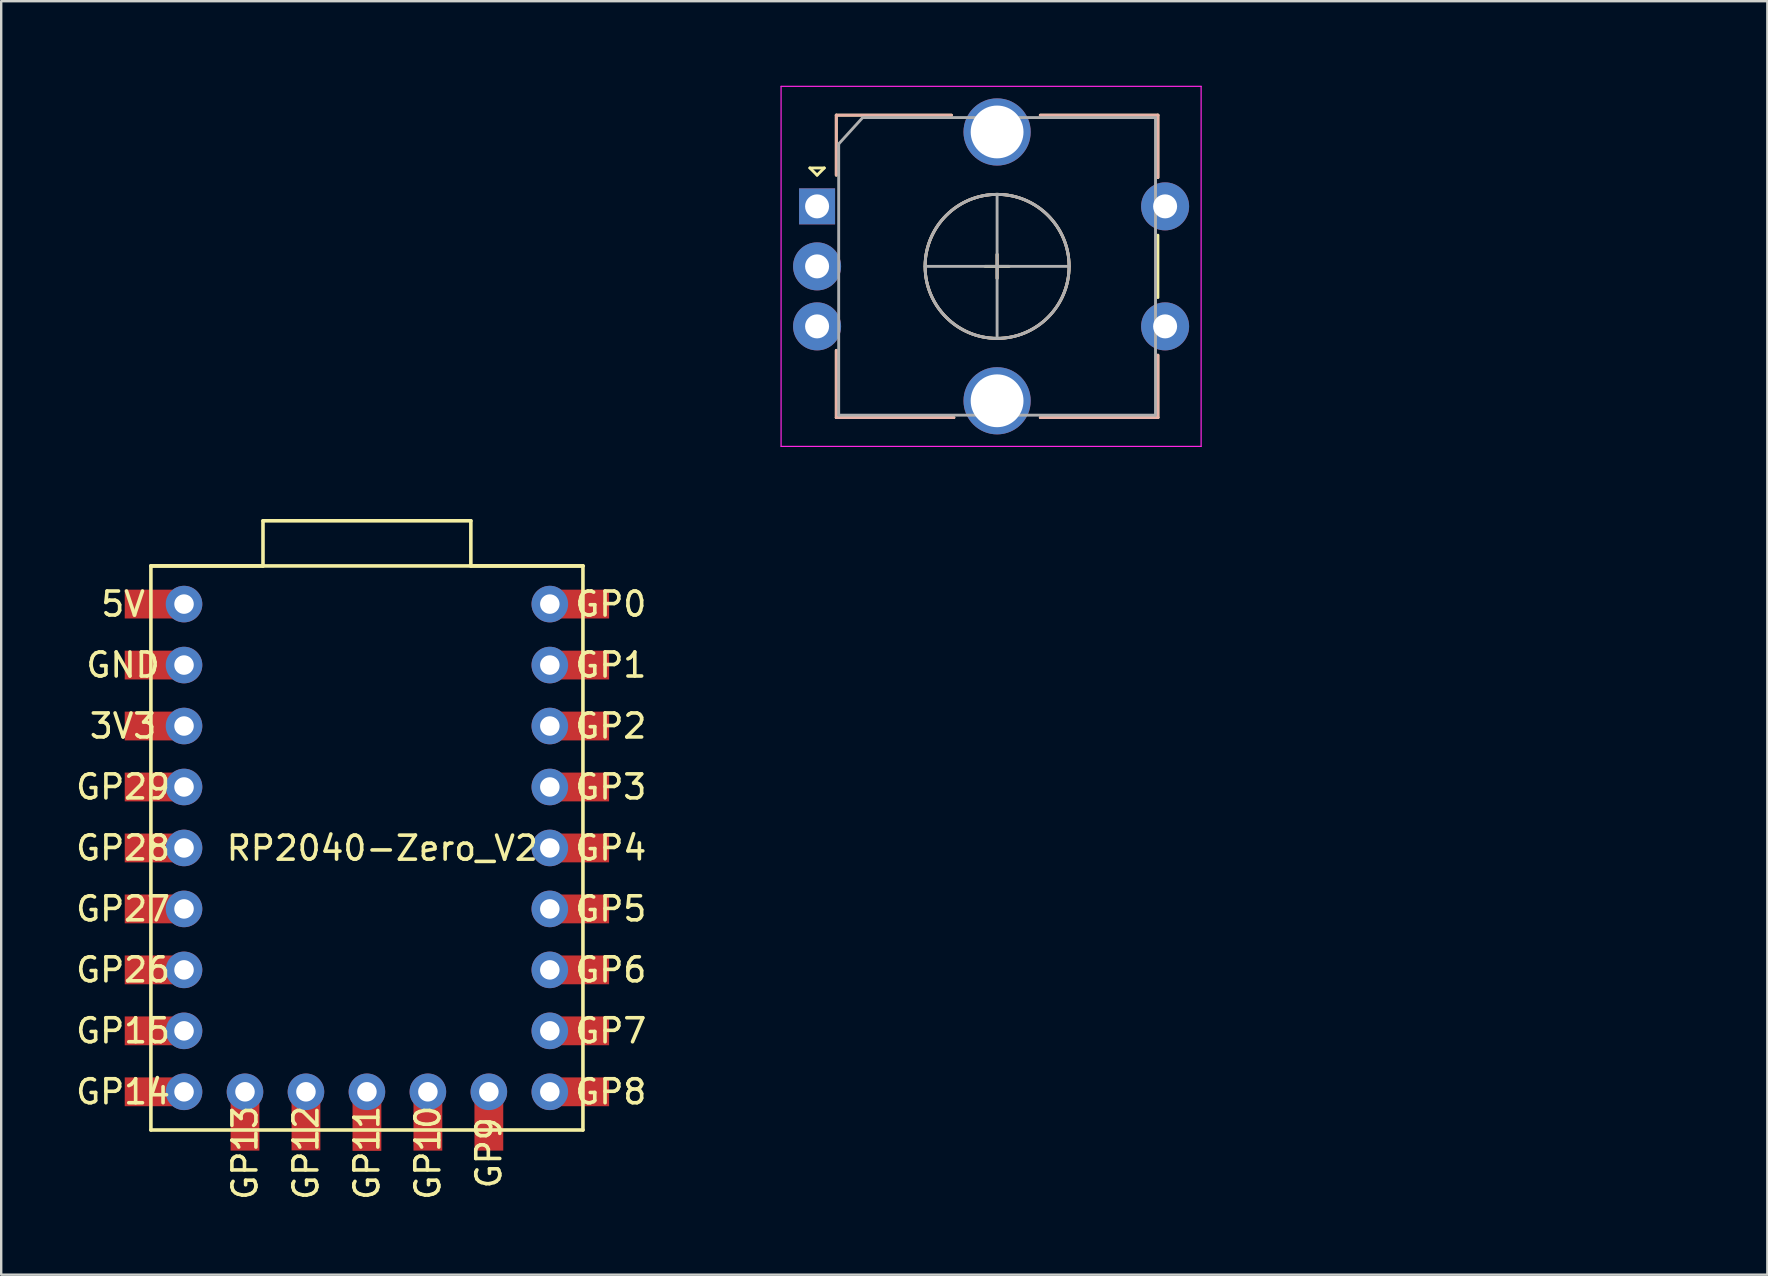
<source format=kicad_pcb>
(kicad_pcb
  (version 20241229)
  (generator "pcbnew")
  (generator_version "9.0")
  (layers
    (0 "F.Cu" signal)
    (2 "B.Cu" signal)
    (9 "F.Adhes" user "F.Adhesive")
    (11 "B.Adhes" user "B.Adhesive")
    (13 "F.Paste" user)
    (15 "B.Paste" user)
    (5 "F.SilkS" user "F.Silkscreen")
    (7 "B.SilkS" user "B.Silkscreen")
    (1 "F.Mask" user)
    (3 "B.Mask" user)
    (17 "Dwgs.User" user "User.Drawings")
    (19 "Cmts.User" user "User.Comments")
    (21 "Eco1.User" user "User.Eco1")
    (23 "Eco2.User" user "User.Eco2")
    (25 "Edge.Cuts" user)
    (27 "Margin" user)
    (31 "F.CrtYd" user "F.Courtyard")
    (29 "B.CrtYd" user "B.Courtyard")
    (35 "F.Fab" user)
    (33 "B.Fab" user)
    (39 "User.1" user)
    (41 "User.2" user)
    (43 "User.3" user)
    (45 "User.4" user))
  (footprint "RP2040-Zero_V2"
    (layer "F.Cu")
    (at 12.187 32.318)
    (property "Reference" "RP2040-Zero_V2" (at 0.69 -0.03 0) (layer "F.SilkS") (effects (font (size 1 1) (thickness 0.15))))
    (attr through_hole)
    (fp_line (start -8.95 -11.79) (end -4.28 -11.79) (stroke (width 0.15) (type solid)) (layer "F.SilkS"))
    (fp_line (start -8.95 -11.79) (end 9.05 -11.79) (stroke (width 0.15) (type solid)) (layer "F.SilkS"))
    (fp_line (start -8.95 11.71) (end -8.95 -11.79) (stroke (width 0.15) (type solid)) (layer "F.SilkS"))
    (fp_line (start -4.28 -13.67) (end 4.38 -13.67) (stroke (width 0.15) (type solid)) (layer "F.SilkS"))
    (fp_line (start -4.28 -11.79) (end -4.28 -13.67) (stroke (width 0.15) (type solid)) (layer "F.SilkS"))
    (fp_line (start 4.38 -11.79) (end 4.38 -13.67) (stroke (width 0.15) (type solid)) (layer "F.SilkS"))
    (fp_line (start 9.05 -11.79) (end 4.38 -11.79) (stroke (width 0.15) (type solid)) (layer "F.SilkS"))
    (fp_line (start 9.05 -11.79) (end 9.05 11.71) (stroke (width 0.15) (type solid)) (layer "F.SilkS"))
    (fp_line (start 9.05 11.71) (end -8.95 11.71) (stroke (width 0.15) (type solid)) (layer "F.SilkS"))
    (fp_text user "3V3" (at -10.11 -5.12 0) (layer "F.SilkS") (effects (font (size 1 1) (thickness 0.15))))
    (fp_text user "GP10" (at 2.59 12.66 90) (layer "F.SilkS") (effects (font (size 1 1) (thickness 0.15))))
    (fp_text user "GP8" (at 10.21 10.12 0) (layer "F.SilkS") (effects (font (size 1 1) (thickness 0.15))))
    (fp_text user "GP28" (at -10.11 -0.04 0) (layer "F.SilkS") (effects (font (size 1 1) (thickness 0.15))))
    (fp_text user "5V" (at -10.11 -10.2 0) (layer "F.SilkS") (effects (font (size 1 1) (thickness 0.15))))
    (fp_text user "GP2" (at 10.21 -5.12 0) (layer "F.SilkS") (effects (font (size 1 1) (thickness 0.15))))
    (fp_text user "GP27" (at -10.11 2.5 0) (layer "F.SilkS") (effects (font (size 1 1) (thickness 0.15))))
    (fp_text user "GP9" (at 5.13 12.66 270) (layer "F.SilkS") (effects (font (size 1 1) (thickness 0.15))))
    (fp_text user "GP6" (at 10.21 5.04 0) (layer "F.SilkS") (effects (font (size 1 1) (thickness 0.15))))
    (fp_text user "GP14" (at -10.11 10.12 0) (layer "F.SilkS") (effects (font (size 1 1) (thickness 0.15))))
    (fp_text user "GP12" (at -2.49 12.66 90) (layer "F.SilkS") (effects (font (size 1 1) (thickness 0.15))))
    (fp_text user "GP29" (at -10.11 -2.58 0) (layer "F.SilkS") (effects (font (size 1 1) (thickness 0.15))))
    (fp_text user "GP13" (at -5.03 12.66 90) (layer "F.SilkS") (effects (font (size 1 1) (thickness 0.15))))
    (fp_text user "GND" (at -10.11 -7.66 0) (layer "F.SilkS") (effects (font (size 1 1) (thickness 0.15))))
    (fp_text user "GP7" (at 10.21 7.58 0) (layer "F.SilkS") (effects (font (size 1 1) (thickness 0.15))))
    (fp_text user "GP3" (at 10.21 -2.58 0) (layer "F.SilkS") (effects (font (size 1 1) (thickness 0.15))))
    (fp_text user "GP0" (at 10.21 -10.2 0) (layer "F.SilkS") (effects (font (size 1 1) (thickness 0.15))))
    (fp_text user "GP4" (at 10.21 -0.04 0) (layer "F.SilkS") (effects (font (size 1 1) (thickness 0.15))))
    (fp_text user "GP26" (at -10.11 5.04 0) (layer "F.SilkS") (effects (font (size 1 1) (thickness 0.15))))
    (fp_text user "GP1" (at 10.21 -7.66 0) (layer "F.SilkS") (effects (font (size 1 1) (thickness 0.15))))
    (fp_text user "GP11" (at 0.05 12.66 90) (layer "F.SilkS") (effects (font (size 1 1) (thickness 0.15))))
    (fp_text user "GP15" (at -10.11 7.58 0) (layer "F.SilkS") (effects (font (size 1 1) (thickness 0.15))))
    (fp_text user "GP5" (at 10.21 2.5 0) (layer "F.SilkS") (effects (font (size 1 1) (thickness 0.15))))
    (pad "0" thru_hole circle (at 7.67 -10.2) (size 1.524 1.524) (drill 0.813) (layers "*.Cu" "*.Mask"))
    (pad "0" smd rect (at 9.14 -10.2) (size 2 1.2) (layers "F.Cu" "F.Mask" "F.Paste"))
    (pad "1" thru_hole circle (at 7.67 -7.66) (size 1.524 1.524) (drill 0.813) (layers "*.Cu" "*.Mask"))
    (pad "1" smd rect (at 9.14 -7.66) (size 2 1.2) (layers "F.Cu" "F.Mask" "F.Paste"))
    (pad "2" thru_hole circle (at 7.67 -5.12) (size 1.524 1.524) (drill 0.813) (layers "*.Cu" "*.Mask"))
    (pad "2" smd rect (at 9.14 -5.12) (size 2 1.2) (layers "F.Cu" "F.Mask" "F.Paste"))
    (pad "3" thru_hole circle (at 7.67 -2.58) (size 1.524 1.524) (drill 0.813) (layers "*.Cu" "*.Mask"))
    (pad "3" smd rect (at 9.14 -2.58) (size 2 1.2) (layers "F.Cu" "F.Mask" "F.Paste"))
    (pad "4" thru_hole circle (at 7.67 -0.04) (size 1.524 1.524) (drill 0.813) (layers "*.Cu" "*.Mask"))
    (pad "4" smd rect (at 9.14 -0.04) (size 2 1.2) (layers "F.Cu" "F.Mask" "F.Paste"))
    (pad "5" thru_hole circle (at 7.67 2.5) (size 1.524 1.524) (drill 0.813) (layers "*.Cu" "*.Mask"))
    (pad "5" smd rect (at 9.14 2.5) (size 2 1.2) (layers "F.Cu" "F.Mask" "F.Paste"))
    (pad "6" thru_hole circle (at 7.67 5.04) (size 1.524 1.524) (drill 0.813) (layers "*.Cu" "*.Mask"))
    (pad "6" smd rect (at 9.14 5.04) (size 2 1.2) (layers "F.Cu" "F.Mask" "F.Paste"))
    (pad "7" thru_hole circle (at 7.67 7.58) (size 1.524 1.524) (drill 0.813) (layers "*.Cu" "*.Mask"))
    (pad "7" smd rect (at 9.14 7.58) (size 2 1.2) (layers "F.Cu" "F.Mask" "F.Paste"))
    (pad "8" thru_hole circle (at 7.67 10.12) (size 1.524 1.524) (drill 0.813) (layers "*.Cu" "*.Mask"))
    (pad "8" smd rect (at 9.14 10.12) (size 2 1.2) (layers "F.Cu" "F.Mask" "F.Paste"))
    (pad "9" thru_hole circle (at 5.13 10.12) (size 1.524 1.524) (drill 0.813) (layers "*.Cu" "*.Mask"))
    (pad "9" smd rect (at 5.13 11.57 90) (size 2 1.2) (layers "F.Cu" "F.Mask" "F.Paste"))
    (pad "10" thru_hole circle (at 2.59 10.12) (size 1.524 1.524) (drill 0.813) (layers "*.Cu" "*.Mask"))
    (pad "10" smd rect (at 2.59 11.57 90) (size 2 1.2) (layers "F.Cu" "F.Mask" "F.Paste"))
    (pad "11" thru_hole circle (at 0.05 10.12) (size 1.524 1.524) (drill 0.813) (layers "*.Cu" "*.Mask"))
    (pad "11" smd rect (at 0.05 11.58 90) (size 2 1.2) (layers "F.Cu" "F.Mask" "F.Paste"))
    (pad "12" thru_hole circle (at -2.49 10.12) (size 1.524 1.524) (drill 0.813) (layers "*.Cu" "*.Mask"))
    (pad "12" smd rect (at -2.49 11.56 90) (size 2 1.2) (layers "F.Cu" "F.Mask" "F.Paste"))
    (pad "13" thru_hole circle (at -5.03 10.12) (size 1.524 1.524) (drill 0.813) (layers "*.Cu" "*.Mask"))
    (pad "13" smd rect (at -5.03 11.57 90) (size 2 1.2) (layers "F.Cu" "F.Mask" "F.Paste"))
    (pad "14" smd rect (at -9.04 10.12) (size 2 1.2) (layers "F.Cu" "F.Mask" "F.Paste"))
    (pad "14" thru_hole circle (at -7.57 10.12) (size 1.524 1.524) (drill 0.813) (layers "*.Cu" "*.Mask"))
    (pad "15" smd rect (at -9.04 7.58) (size 2 1.2) (layers "F.Cu" "F.Mask" "F.Paste"))
    (pad "15" thru_hole circle (at -7.57 7.58) (size 1.524 1.524) (drill 0.813) (layers "*.Cu" "*.Mask"))
    (pad "26" smd rect (at -9.04 5.04) (size 2 1.2) (layers "F.Cu" "F.Mask" "F.Paste"))
    (pad "26" thru_hole circle (at -7.57 5.04) (size 1.524 1.524) (drill 0.813) (layers "*.Cu" "*.Mask"))
    (pad "27" smd rect (at -9.04 2.5) (size 2 1.2) (layers "F.Cu" "F.Mask" "F.Paste"))
    (pad "27" thru_hole circle (at -7.57 2.5) (size 1.524 1.524) (drill 0.813) (layers "*.Cu" "*.Mask"))
    (pad "28" smd rect (at -9.04 -0.04) (size 2 1.2) (layers "F.Cu" "F.Mask" "F.Paste"))
    (pad "28" thru_hole circle (at -7.57 -0.04) (size 1.524 1.524) (drill 0.813) (layers "*.Cu" "*.Mask"))
    (pad "29" smd rect (at -9.04 -2.58) (size 2 1.2) (layers "F.Cu" "F.Mask" "F.Paste"))
    (pad "29" thru_hole circle (at -7.57 -2.58) (size 1.524 1.524) (drill 0.813) (layers "*.Cu" "*.Mask"))
    (pad "30" smd rect (at -9.04 -5.12) (size 2 1.2) (layers "F.Cu" "F.Mask" "F.Paste"))
    (pad "30" thru_hole circle (at -7.57 -5.12) (size 1.524 1.524) (drill 0.813) (layers "*.Cu" "*.Mask"))
    (pad "31" smd rect (at -9.04 -7.66) (size 2 1.2) (layers "F.Cu" "F.Mask" "F.Paste"))
    (pad "31" thru_hole circle (at -7.57 -7.66) (size 1.524 1.524) (drill 0.813) (layers "*.Cu" "*.Mask"))
    (pad "32" smd rect (at -9.04 -10.2) (size 2 1.2) (layers "F.Cu" "F.Mask" "F.Paste"))
    (pad "32" thru_hole circle (at -7.57 -10.2) (size 1.524 1.524) (drill 0.813) (layers "*.Cu" "*.Mask")))
  (footprint "RotaryEncoder_Alps_EC12E-Switch_Vertical_H20mm_CircularMountingHoles_m.ki_ryoumen"
    (layer "F.Cu")
    (at 38.612 8.088)
    (property "Reference" "RotaryEncoder_Alps_EC12E-Switch_Vertical_H20mm_CircularMountingHoles_m.ki_ryoumen" (at -4.82 -7.24 180) (layer "Eco1.User") (effects (font (size 1 1) (thickness 0.15))))
    (attr through_hole)
    (fp_line (start -7.92 -4.14) (end -7.32 -4.14) (stroke (width 0.12) (type solid)) (layer "F.SilkS"))
    (fp_line (start -7.62 -3.84) (end -7.92 -4.14) (stroke (width 0.12) (type solid)) (layer "F.SilkS"))
    (fp_line (start -7.32 -4.14) (end -7.62 -3.84) (stroke (width 0.12) (type solid)) (layer "F.SilkS"))
    (fp_line (start -6.82 -6.34) (end -6.82 -3.84) (stroke (width 0.12) (type solid)) (layer "F.SilkS"))
    (fp_line (start -6.82 6.26) (end -6.82 3.46) (stroke (width 0.12) (type solid)) (layer "F.SilkS"))
    (fp_line (start -2.02 -6.34) (end -6.82 -6.34) (stroke (width 0.12) (type solid)) (layer "F.SilkS"))
    (fp_line (start -1.92 6.26) (end -6.82 6.26) (stroke (width 0.12) (type solid)) (layer "F.SilkS"))
    (fp_line (start -0.62 -0.04) (end 0.38 -0.04) (stroke (width 0.12) (type solid)) (layer "F.SilkS"))
    (fp_line (start -0.12 -0.54) (end -0.12 0.46) (stroke (width 0.12) (type solid)) (layer "F.SilkS"))
    (fp_line (start 1.68 -6.34) (end 6.58 -6.34) (stroke (width 0.12) (type solid)) (layer "F.SilkS"))
    (fp_line (start 6.58 -6.34) (end 6.58 -3.74) (stroke (width 0.12) (type solid)) (layer "F.SilkS"))
    (fp_line (start 6.58 -1.34) (end 6.58 1.26) (stroke (width 0.12) (type solid)) (layer "F.SilkS"))
    (fp_line (start 6.58 3.66) (end 6.58 6.26) (stroke (width 0.12) (type solid)) (layer "F.SilkS"))
    (fp_line (start 6.58 6.26) (end 1.68 6.26) (stroke (width 0.12) (type solid)) (layer "F.SilkS"))
    (fp_circle (center -0.12 -0.04) (end 2.88 -0.04) (stroke (width 0.12) (type solid)) (fill no) (layer "F.SilkS"))
    (fp_line (start -6.82 -6.34) (end -6.82 -3.84) (stroke (width 0.12) (type solid)) (layer "B.SilkS"))
    (fp_line (start -6.82 6.26) (end -6.82 3.46) (stroke (width 0.12) (type solid)) (layer "B.SilkS"))
    (fp_line (start -2.02 -6.34) (end -6.82 -6.34) (stroke (width 0.12) (type solid)) (layer "B.SilkS"))
    (fp_line (start -1.92 6.26) (end -6.82 6.26) (stroke (width 0.12) (type solid)) (layer "B.SilkS"))
    (fp_line (start -0.12 -0.54) (end -0.12 0.46) (stroke (width 0.12) (type solid)) (layer "B.SilkS"))
    (fp_line (start 1.68 -6.34) (end 6.58 -6.34) (stroke (width 0.12) (type solid)) (layer "B.SilkS"))
    (fp_line (start 6.58 -6.34) (end 6.58 -3.74) (stroke (width 0.12) (type solid)) (layer "B.SilkS"))
    (fp_line (start 6.58 3.66) (end 6.58 6.26) (stroke (width 0.12) (type solid)) (layer "B.SilkS"))
    (fp_line (start 6.58 6.26) (end 1.68 6.26) (stroke (width 0.12) (type solid)) (layer "B.SilkS"))
    (fp_circle (center -0.12 -0.04) (end 2.88 -0.04) (stroke (width 0.12) (type solid)) (fill no) (layer "B.SilkS"))
    (fp_line (start -9.12 -7.54) (end -9.12 7.46) (stroke (width 0.05) (type solid)) (layer "F.CrtYd"))
    (fp_line (start -9.12 -7.54) (end 8.38 -7.54) (stroke (width 0.05) (type solid)) (layer "F.CrtYd"))
    (fp_line (start 8.38 7.46) (end -9.12 7.46) (stroke (width 0.05) (type solid)) (layer "F.CrtYd"))
    (fp_line (start 8.38 7.46) (end 8.38 -7.54) (stroke (width 0.05) (type solid)) (layer "F.CrtYd"))
    (fp_line (start -6.72 -5.14) (end -5.72 -6.24) (stroke (width 0.12) (type solid)) (layer "F.Fab"))
    (fp_line (start -6.72 6.16) (end -6.72 -5.14) (stroke (width 0.12) (type solid)) (layer "F.Fab"))
    (fp_line (start -5.72 -6.24) (end 6.48 -6.24) (stroke (width 0.12) (type solid)) (layer "F.Fab"))
    (fp_line (start -3.12 -0.04) (end 2.88 -0.04) (stroke (width 0.12) (type solid)) (layer "F.Fab"))
    (fp_line (start -0.12 -3.04) (end -0.12 2.96) (stroke (width 0.12) (type solid)) (layer "F.Fab"))
    (fp_line (start 6.48 -6.24) (end 6.48 6.16) (stroke (width 0.12) (type solid)) (layer "F.Fab"))
    (fp_line (start 6.48 6.16) (end -6.72 6.16) (stroke (width 0.12) (type solid)) (layer "F.Fab"))
    (fp_circle (center -0.12 -0.04) (end 2.88 -0.04) (stroke (width 0.12) (type solid)) (fill no) (layer "F.Fab"))
    (pad "A" thru_hole rect (at -7.62 -2.54) (size 1.5 1.5) (drill 1) (layers "*.Cu" "*.Mask"))
    (pad "B" thru_hole circle (at -7.62 2.46) (size 2 2) (drill 1) (layers "*.Cu" "*.Mask"))
    (pad "C" thru_hole circle (at -7.62 -0.04) (size 2 2) (drill 1) (layers "*.Cu" "*.Mask"))
    (pad "MP" thru_hole circle (at -0.12 -5.64) (size 2.8 2.8) (drill 2.2) (layers "*.Cu" "*.Mask"))
    (pad "MP" thru_hole circle (at -0.12 5.56) (size 2.8 2.8) (drill 2.2) (layers "*.Cu" "*.Mask"))
    (pad "S1" thru_hole circle (at 6.88 -2.54) (size 2 2) (drill 1) (layers "*.Cu" "*.Mask"))
    (pad "S2" thru_hole circle (at 6.88 2.46) (size 2 2) (drill 1) (layers "*.Cu" "*.Mask")))
  (gr_rect
    (start -3 -3)
    (end 70.583 50.056)
    (stroke (width 0.1) (type default))
    (fill no)
    (layer "Edge.Cuts")))
</source>
